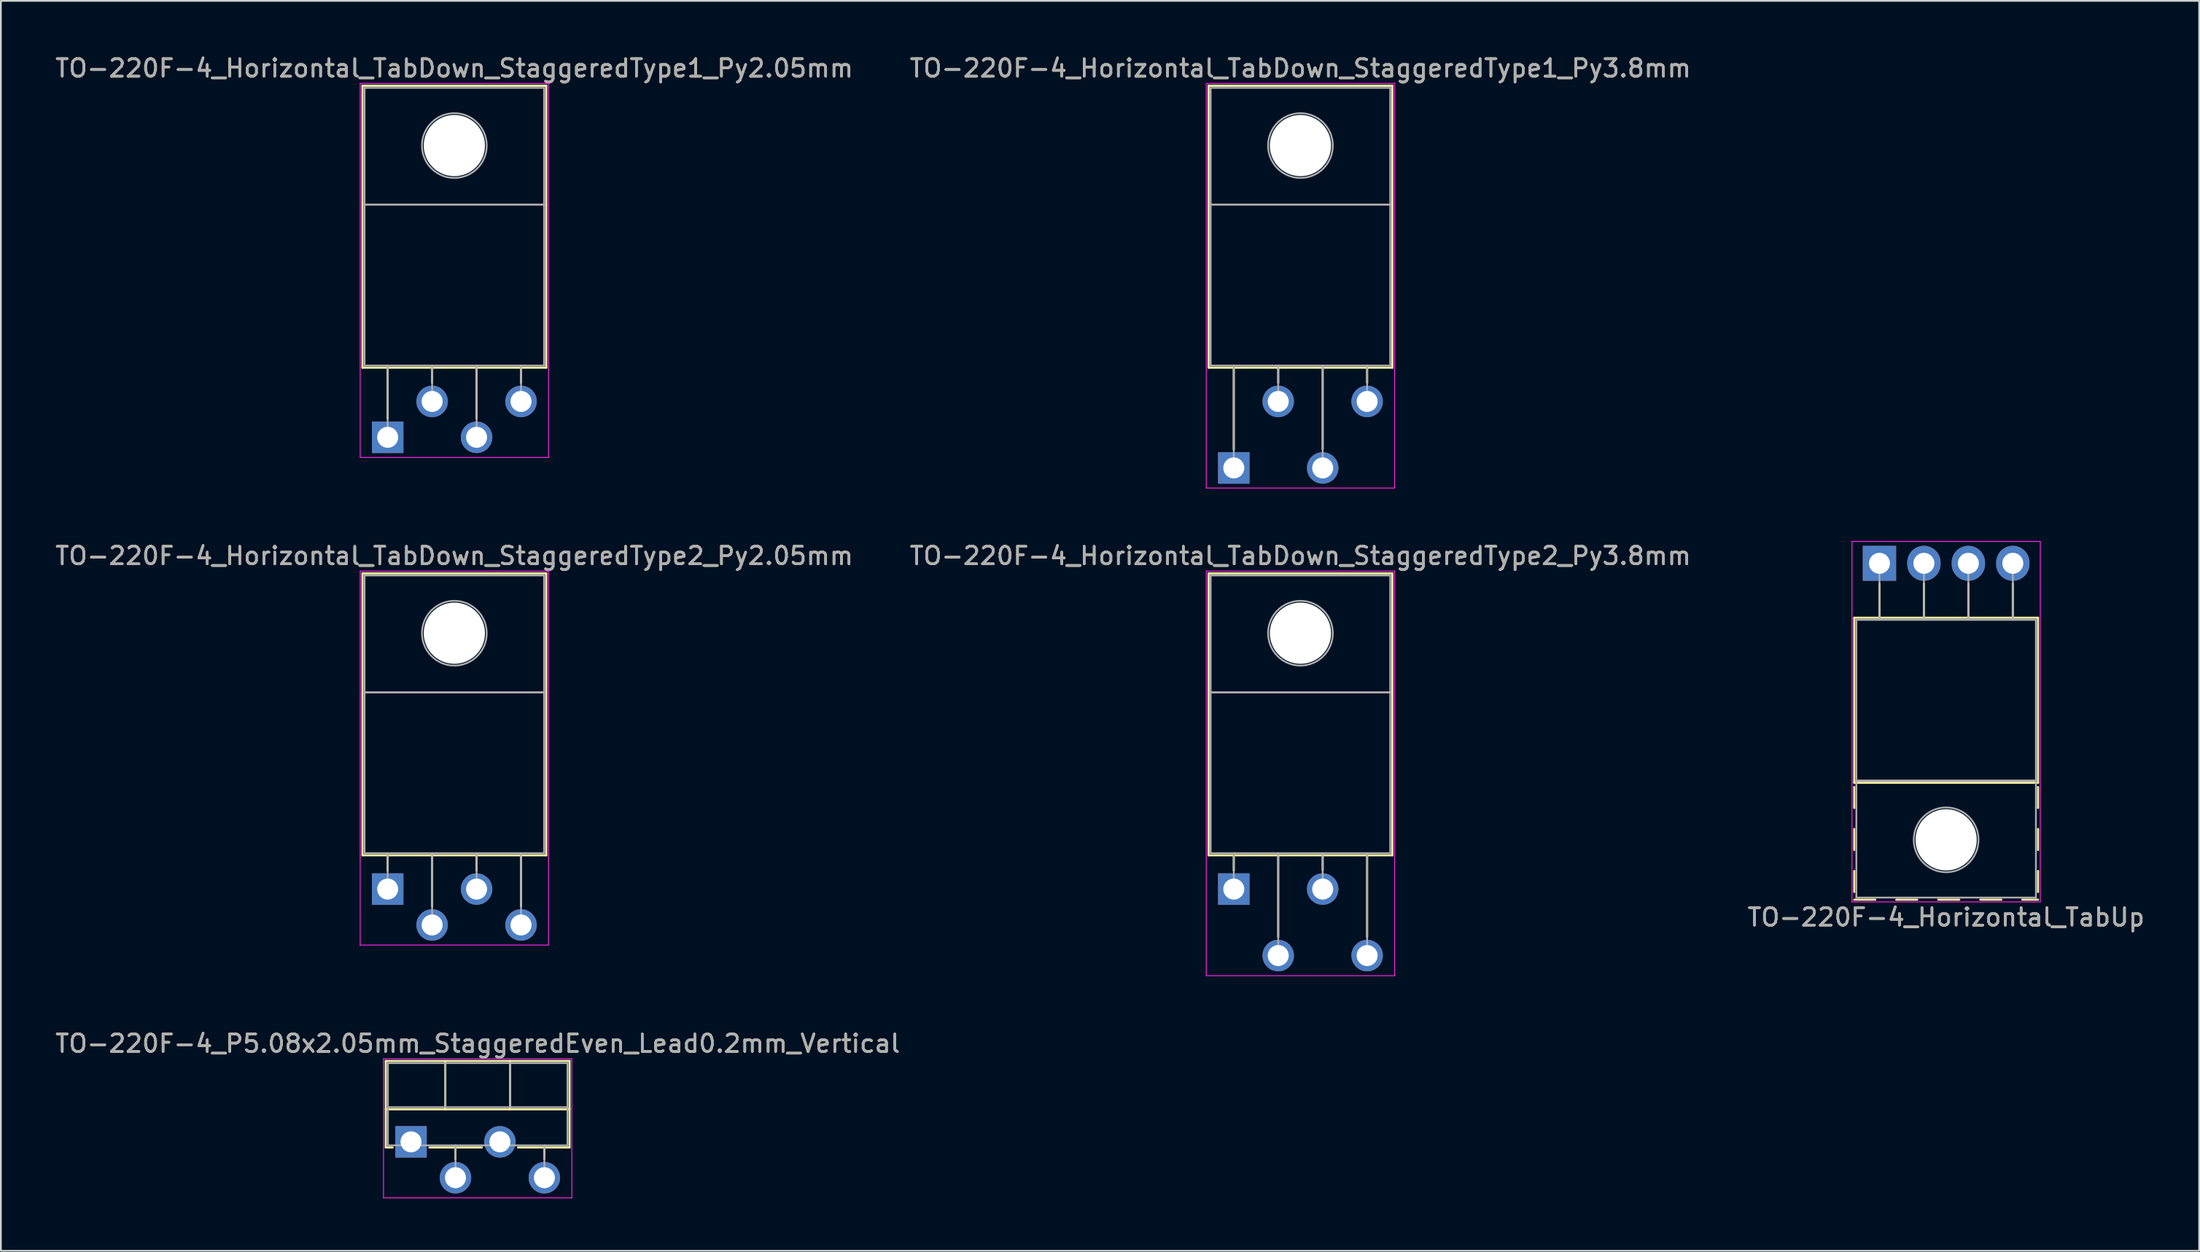
<source format=kicad_pcb>
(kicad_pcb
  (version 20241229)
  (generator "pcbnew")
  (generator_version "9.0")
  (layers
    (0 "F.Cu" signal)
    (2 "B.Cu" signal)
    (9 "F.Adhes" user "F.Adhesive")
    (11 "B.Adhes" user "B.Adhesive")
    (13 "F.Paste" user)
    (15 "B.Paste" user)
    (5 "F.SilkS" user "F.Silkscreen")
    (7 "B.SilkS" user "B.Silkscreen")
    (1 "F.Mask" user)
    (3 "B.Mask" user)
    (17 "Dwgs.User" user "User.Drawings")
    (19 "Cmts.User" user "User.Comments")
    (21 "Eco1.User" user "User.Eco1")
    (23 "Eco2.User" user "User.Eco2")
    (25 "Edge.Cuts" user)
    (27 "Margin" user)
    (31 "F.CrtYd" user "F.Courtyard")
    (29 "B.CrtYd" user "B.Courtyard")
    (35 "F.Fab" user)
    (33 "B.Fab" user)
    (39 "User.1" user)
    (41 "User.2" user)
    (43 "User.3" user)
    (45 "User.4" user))
  (footprint "TO-220F-4_Horizontal_TabDown_StaggeredType2_Py2.05mm"
    (layer "F.Cu")
    (at 19.101 47.752)
    (property "Reference" "TO-220F-4_Horizontal_TabDown_StaggeredType2_Py2.05mm" (at 3.81 -19.04 0) (layer "F.SilkS") (effects (font (size 1 1) (thickness 0.15))))
    (attr through_hole)
    (fp_line (start -1.44 -18.04) (end -1.44 -1.93) (stroke (width 0.12) (type solid)) (layer "F.SilkS"))
    (fp_line (start -1.44 -18.04) (end 9.06 -18.04) (stroke (width 0.12) (type solid)) (layer "F.SilkS"))
    (fp_line (start -1.44 -1.93) (end 9.06 -1.93) (stroke (width 0.12) (type solid)) (layer "F.SilkS"))
    (fp_line (start 0 -1.93) (end 0 -1.05) (stroke (width 0.12) (type solid)) (layer "F.SilkS"))
    (fp_line (start 2.54 -1.93) (end 2.54 0.985) (stroke (width 0.12) (type solid)) (layer "F.SilkS"))
    (fp_line (start 5.08 -1.93) (end 5.08 -1.066) (stroke (width 0.12) (type solid)) (layer "F.SilkS"))
    (fp_line (start 7.62 -1.93) (end 7.62 0.985) (stroke (width 0.12) (type solid)) (layer "F.SilkS"))
    (fp_line (start 9.06 -18.04) (end 9.06 -1.93) (stroke (width 0.12) (type solid)) (layer "F.SilkS"))
    (fp_line (start -1.57 -18.17) (end -1.57 3.2) (stroke (width 0.05) (type solid)) (layer "F.CrtYd"))
    (fp_line (start -1.57 3.2) (end 9.19 3.2) (stroke (width 0.05) (type solid)) (layer "F.CrtYd"))
    (fp_line (start 9.19 -18.17) (end -1.57 -18.17) (stroke (width 0.05) (type solid)) (layer "F.CrtYd"))
    (fp_line (start 9.19 3.2) (end 9.19 -18.17) (stroke (width 0.05) (type solid)) (layer "F.CrtYd"))
    (fp_line (start -1.32 -17.92) (end 8.94 -17.92) (stroke (width 0.1) (type solid)) (layer "F.Fab"))
    (fp_line (start -1.32 -11.24) (end -1.32 -17.92) (stroke (width 0.1) (type solid)) (layer "F.Fab"))
    (fp_line (start -1.32 -11.24) (end 8.94 -11.24) (stroke (width 0.1) (type solid)) (layer "F.Fab"))
    (fp_line (start -1.32 -2.05) (end -1.32 -11.24) (stroke (width 0.1) (type solid)) (layer "F.Fab"))
    (fp_line (start 0 -2.05) (end 0 0) (stroke (width 0.1) (type solid)) (layer "F.Fab"))
    (fp_line (start 2.54 -2.05) (end 2.54 2.05) (stroke (width 0.1) (type solid)) (layer "F.Fab"))
    (fp_line (start 5.08 -2.05) (end 5.08 0) (stroke (width 0.1) (type solid)) (layer "F.Fab"))
    (fp_line (start 7.62 -2.05) (end 7.62 2.05) (stroke (width 0.1) (type solid)) (layer "F.Fab"))
    (fp_line (start 8.94 -17.92) (end 8.94 -11.24) (stroke (width 0.1) (type solid)) (layer "F.Fab"))
    (fp_line (start 8.94 -11.24) (end -1.32 -11.24) (stroke (width 0.1) (type solid)) (layer "F.Fab"))
    (fp_line (start 8.94 -11.24) (end 8.94 -2.05) (stroke (width 0.1) (type solid)) (layer "F.Fab"))
    (fp_line (start 8.94 -2.05) (end -1.32 -2.05) (stroke (width 0.1) (type solid)) (layer "F.Fab"))
    (fp_circle (center 3.81 -14.62) (end 5.66 -14.62) (stroke (width 0.1) (type solid)) (fill no) (layer "F.Fab"))
    (fp_text user "${REFERENCE}" (at 3.81 -19.04 0) (layer "F.Fab") (effects (font (size 1 1) (thickness 0.15))))
    (pad "" np_thru_hole oval (at 3.81 -14.62) (size 3.5 3.5) (drill 3.5) (layers "*.Cu" "*.Mask"))
    (pad "1" thru_hole rect (at 0 0) (size 1.8 1.8) (drill 1.2) (layers "*.Cu" "*.Mask"))
    (pad "2" thru_hole oval (at 2.54 2.05) (size 1.8 1.8) (drill 1.2) (layers "*.Cu" "*.Mask"))
    (pad "3" thru_hole oval (at 5.08 0) (size 1.8 1.8) (drill 1.2) (layers "*.Cu" "*.Mask"))
    (pad "4" thru_hole oval (at 7.62 2.05) (size 1.8 1.8) (drill 1.2) (layers "*.Cu" "*.Mask")))
  (footprint "TO-220F-4_P5.08x2.05mm_StaggeredEven_Lead0.2mm_Vertical"
    (layer "F.Cu")
    (at 20.434 62.195)
    (property "Reference" "TO-220F-4_P5.08x2.05mm_StaggeredEven_Lead0.2mm_Vertical" (at 3.81 -5.62 0) (layer "F.SilkS") (effects (font (size 1 1) (thickness 0.15))))
    (attr through_hole)
    (fp_line (start -1.44 -4.62) (end -1.44 0.321) (stroke (width 0.12) (type solid)) (layer "F.SilkS"))
    (fp_line (start -1.44 -4.62) (end 9.06 -4.62) (stroke (width 0.12) (type solid)) (layer "F.SilkS"))
    (fp_line (start -1.44 -1.861) (end 9.06 -1.861) (stroke (width 0.12) (type solid)) (layer "F.SilkS"))
    (fp_line (start -1.44 0.321) (end -1.05 0.321) (stroke (width 0.12) (type solid)) (layer "F.SilkS"))
    (fp_line (start 1.05 0.321) (end 4.049 0.321) (stroke (width 0.12) (type solid)) (layer "F.SilkS"))
    (fp_line (start 1.96 -4.62) (end 1.96 -1.861) (stroke (width 0.12) (type solid)) (layer "F.SilkS"))
    (fp_line (start 2.54 0.321) (end 2.54 0.985) (stroke (width 0.12) (type solid)) (layer "F.SilkS"))
    (fp_line (start 5.66 -4.62) (end 5.66 -1.861) (stroke (width 0.12) (type solid)) (layer "F.SilkS"))
    (fp_line (start 6.112 0.321) (end 9.06 0.321) (stroke (width 0.12) (type solid)) (layer "F.SilkS"))
    (fp_line (start 7.62 0.321) (end 7.62 0.985) (stroke (width 0.12) (type solid)) (layer "F.SilkS"))
    (fp_line (start 9.06 -4.62) (end 9.06 0.321) (stroke (width 0.12) (type solid)) (layer "F.SilkS"))
    (fp_line (start -1.57 -4.75) (end -1.57 3.2) (stroke (width 0.05) (type solid)) (layer "F.CrtYd"))
    (fp_line (start -1.57 3.2) (end 9.19 3.2) (stroke (width 0.05) (type solid)) (layer "F.CrtYd"))
    (fp_line (start 9.19 -4.75) (end -1.57 -4.75) (stroke (width 0.05) (type solid)) (layer "F.CrtYd"))
    (fp_line (start 9.19 3.2) (end 9.19 -4.75) (stroke (width 0.05) (type solid)) (layer "F.CrtYd"))
    (fp_line (start -1.32 -4.5) (end -1.32 0.2) (stroke (width 0.1) (type solid)) (layer "F.Fab"))
    (fp_line (start -1.32 -1.98) (end 8.94 -1.98) (stroke (width 0.1) (type solid)) (layer "F.Fab"))
    (fp_line (start -1.32 0.2) (end 8.94 0.2) (stroke (width 0.1) (type solid)) (layer "F.Fab"))
    (fp_line (start 1.96 -4.5) (end 1.96 -1.98) (stroke (width 0.1) (type solid)) (layer "F.Fab"))
    (fp_line (start 2.54 0.2) (end 2.54 2.05) (stroke (width 0.1) (type solid)) (layer "F.Fab"))
    (fp_line (start 5.66 -4.5) (end 5.66 -1.98) (stroke (width 0.1) (type solid)) (layer "F.Fab"))
    (fp_line (start 7.62 0.2) (end 7.62 2.05) (stroke (width 0.1) (type solid)) (layer "F.Fab"))
    (fp_line (start 8.94 -4.5) (end -1.32 -4.5) (stroke (width 0.1) (type solid)) (layer "F.Fab"))
    (fp_line (start 8.94 0.2) (end 8.94 -4.5) (stroke (width 0.1) (type solid)) (layer "F.Fab"))
    (fp_text user "${REFERENCE}" (at 3.81 -5.62 0) (layer "F.Fab") (effects (font (size 1 1) (thickness 0.15))))
    (pad "1" thru_hole rect (at 0 0) (size 1.8 1.8) (drill 1.2) (layers "*.Cu" "*.Mask"))
    (pad "2" thru_hole oval (at 2.54 2.05) (size 1.8 1.8) (drill 1.2) (layers "*.Cu" "*.Mask"))
    (pad "3" thru_hole oval (at 5.08 0) (size 1.8 1.8) (drill 1.2) (layers "*.Cu" "*.Mask"))
    (pad "4" thru_hole oval (at 7.62 2.05) (size 1.8 1.8) (drill 1.2) (layers "*.Cu" "*.Mask")))
  (footprint "TO-220F-4_Horizontal_TabDown_StaggeredType1_Py3.8mm"
    (layer "F.Cu")
    (at 67.446 23.688)
    (property "Reference" "TO-220F-4_Horizontal_TabDown_StaggeredType1_Py3.8mm" (at 3.81 -22.84 0) (layer "F.SilkS") (effects (font (size 1 1) (thickness 0.15))))
    (attr through_hole)
    (fp_line (start -1.44 -21.84) (end -1.44 -5.73) (stroke (width 0.12) (type solid)) (layer "F.SilkS"))
    (fp_line (start -1.44 -21.84) (end 9.06 -21.84) (stroke (width 0.12) (type solid)) (layer "F.SilkS"))
    (fp_line (start -1.44 -5.73) (end 9.06 -5.73) (stroke (width 0.12) (type solid)) (layer "F.SilkS"))
    (fp_line (start 0 -5.73) (end 0 -1.05) (stroke (width 0.12) (type solid)) (layer "F.SilkS"))
    (fp_line (start 2.54 -5.73) (end 2.54 -4.866) (stroke (width 0.12) (type solid)) (layer "F.SilkS"))
    (fp_line (start 5.08 -5.73) (end 5.08 -1.065) (stroke (width 0.12) (type solid)) (layer "F.SilkS"))
    (fp_line (start 7.62 -5.73) (end 7.62 -4.866) (stroke (width 0.12) (type solid)) (layer "F.SilkS"))
    (fp_line (start 9.06 -21.84) (end 9.06 -5.73) (stroke (width 0.12) (type solid)) (layer "F.SilkS"))
    (fp_line (start -1.57 -21.97) (end -1.57 1.15) (stroke (width 0.05) (type solid)) (layer "F.CrtYd"))
    (fp_line (start -1.57 1.15) (end 9.19 1.15) (stroke (width 0.05) (type solid)) (layer "F.CrtYd"))
    (fp_line (start 9.19 -21.97) (end -1.57 -21.97) (stroke (width 0.05) (type solid)) (layer "F.CrtYd"))
    (fp_line (start 9.19 1.15) (end 9.19 -21.97) (stroke (width 0.05) (type solid)) (layer "F.CrtYd"))
    (fp_line (start -1.32 -21.72) (end 8.94 -21.72) (stroke (width 0.1) (type solid)) (layer "F.Fab"))
    (fp_line (start -1.32 -15.04) (end -1.32 -21.72) (stroke (width 0.1) (type solid)) (layer "F.Fab"))
    (fp_line (start -1.32 -15.04) (end 8.94 -15.04) (stroke (width 0.1) (type solid)) (layer "F.Fab"))
    (fp_line (start -1.32 -5.85) (end -1.32 -15.04) (stroke (width 0.1) (type solid)) (layer "F.Fab"))
    (fp_line (start 0 -5.85) (end 0 0) (stroke (width 0.1) (type solid)) (layer "F.Fab"))
    (fp_line (start 2.54 -5.85) (end 2.54 -3.8) (stroke (width 0.1) (type solid)) (layer "F.Fab"))
    (fp_line (start 5.08 -5.85) (end 5.08 0) (stroke (width 0.1) (type solid)) (layer "F.Fab"))
    (fp_line (start 7.62 -5.85) (end 7.62 -3.8) (stroke (width 0.1) (type solid)) (layer "F.Fab"))
    (fp_line (start 8.94 -21.72) (end 8.94 -15.04) (stroke (width 0.1) (type solid)) (layer "F.Fab"))
    (fp_line (start 8.94 -15.04) (end -1.32 -15.04) (stroke (width 0.1) (type solid)) (layer "F.Fab"))
    (fp_line (start 8.94 -15.04) (end 8.94 -5.85) (stroke (width 0.1) (type solid)) (layer "F.Fab"))
    (fp_line (start 8.94 -5.85) (end -1.32 -5.85) (stroke (width 0.1) (type solid)) (layer "F.Fab"))
    (fp_circle (center 3.81 -18.42) (end 5.66 -18.42) (stroke (width 0.1) (type solid)) (fill no) (layer "F.Fab"))
    (fp_text user "${REFERENCE}" (at 3.81 -22.84 0) (layer "F.Fab") (effects (font (size 1 1) (thickness 0.15))))
    (pad "" np_thru_hole oval (at 3.81 -18.42) (size 3.5 3.5) (drill 3.5) (layers "*.Cu" "*.Mask"))
    (pad "1" thru_hole rect (at 0 0) (size 1.8 1.8) (drill 1.2) (layers "*.Cu" "*.Mask"))
    (pad "2" thru_hole oval (at 2.54 -3.8) (size 1.8 1.8) (drill 1.2) (layers "*.Cu" "*.Mask"))
    (pad "3" thru_hole oval (at 5.08 0) (size 1.8 1.8) (drill 1.2) (layers "*.Cu" "*.Mask"))
    (pad "4" thru_hole oval (at 7.62 -3.8) (size 1.8 1.8) (drill 1.2) (layers "*.Cu" "*.Mask")))
  (footprint "TO-220F-4_Horizontal_TabDown_StaggeredType1_Py2.05mm"
    (layer "F.Cu")
    (at 19.101 21.938)
    (property "Reference" "TO-220F-4_Horizontal_TabDown_StaggeredType1_Py2.05mm" (at 3.81 -21.09 0) (layer "F.SilkS") (effects (font (size 1 1) (thickness 0.15))))
    (attr through_hole)
    (fp_line (start -1.44 -20.09) (end -1.44 -3.98) (stroke (width 0.12) (type solid)) (layer "F.SilkS"))
    (fp_line (start -1.44 -20.09) (end 9.06 -20.09) (stroke (width 0.12) (type solid)) (layer "F.SilkS"))
    (fp_line (start -1.44 -3.98) (end 9.06 -3.98) (stroke (width 0.12) (type solid)) (layer "F.SilkS"))
    (fp_line (start 0 -3.98) (end 0 -1.05) (stroke (width 0.12) (type solid)) (layer "F.SilkS"))
    (fp_line (start 2.54 -3.98) (end 2.54 -3.116) (stroke (width 0.12) (type solid)) (layer "F.SilkS"))
    (fp_line (start 5.08 -3.98) (end 5.08 -1.065) (stroke (width 0.12) (type solid)) (layer "F.SilkS"))
    (fp_line (start 7.62 -3.98) (end 7.62 -3.116) (stroke (width 0.12) (type solid)) (layer "F.SilkS"))
    (fp_line (start 9.06 -20.09) (end 9.06 -3.98) (stroke (width 0.12) (type solid)) (layer "F.SilkS"))
    (fp_line (start -1.57 -20.22) (end -1.57 1.15) (stroke (width 0.05) (type solid)) (layer "F.CrtYd"))
    (fp_line (start -1.57 1.15) (end 9.19 1.15) (stroke (width 0.05) (type solid)) (layer "F.CrtYd"))
    (fp_line (start 9.19 -20.22) (end -1.57 -20.22) (stroke (width 0.05) (type solid)) (layer "F.CrtYd"))
    (fp_line (start 9.19 1.15) (end 9.19 -20.22) (stroke (width 0.05) (type solid)) (layer "F.CrtYd"))
    (fp_line (start -1.32 -19.97) (end 8.94 -19.97) (stroke (width 0.1) (type solid)) (layer "F.Fab"))
    (fp_line (start -1.32 -13.29) (end -1.32 -19.97) (stroke (width 0.1) (type solid)) (layer "F.Fab"))
    (fp_line (start -1.32 -13.29) (end 8.94 -13.29) (stroke (width 0.1) (type solid)) (layer "F.Fab"))
    (fp_line (start -1.32 -4.1) (end -1.32 -13.29) (stroke (width 0.1) (type solid)) (layer "F.Fab"))
    (fp_line (start 0 -4.1) (end 0 0) (stroke (width 0.1) (type solid)) (layer "F.Fab"))
    (fp_line (start 2.54 -4.1) (end 2.54 -2.05) (stroke (width 0.1) (type solid)) (layer "F.Fab"))
    (fp_line (start 5.08 -4.1) (end 5.08 0) (stroke (width 0.1) (type solid)) (layer "F.Fab"))
    (fp_line (start 7.62 -4.1) (end 7.62 -2.05) (stroke (width 0.1) (type solid)) (layer "F.Fab"))
    (fp_line (start 8.94 -19.97) (end 8.94 -13.29) (stroke (width 0.1) (type solid)) (layer "F.Fab"))
    (fp_line (start 8.94 -13.29) (end -1.32 -13.29) (stroke (width 0.1) (type solid)) (layer "F.Fab"))
    (fp_line (start 8.94 -13.29) (end 8.94 -4.1) (stroke (width 0.1) (type solid)) (layer "F.Fab"))
    (fp_line (start 8.94 -4.1) (end -1.32 -4.1) (stroke (width 0.1) (type solid)) (layer "F.Fab"))
    (fp_circle (center 3.81 -16.67) (end 5.66 -16.67) (stroke (width 0.1) (type solid)) (fill no) (layer "F.Fab"))
    (fp_text user "${REFERENCE}" (at 3.81 -21.09 0) (layer "F.Fab") (effects (font (size 1 1) (thickness 0.15))))
    (pad "" np_thru_hole oval (at 3.81 -16.67) (size 3.5 3.5) (drill 3.5) (layers "*.Cu" "*.Mask"))
    (pad "1" thru_hole rect (at 0 0) (size 1.8 1.8) (drill 1.2) (layers "*.Cu" "*.Mask"))
    (pad "2" thru_hole oval (at 2.54 -2.05) (size 1.8 1.8) (drill 1.2) (layers "*.Cu" "*.Mask"))
    (pad "3" thru_hole oval (at 5.08 0) (size 1.8 1.8) (drill 1.2) (layers "*.Cu" "*.Mask"))
    (pad "4" thru_hole oval (at 7.62 -2.05) (size 1.8 1.8) (drill 1.2) (layers "*.Cu" "*.Mask")))
  (footprint "TO-220F-4_Horizontal_TabUp"
    (layer "F.Cu")
    (at 104.339 29.138)
    (property "Reference" "TO-220F-4_Horizontal_TabUp" (at 3.81 20.22 0) (layer "F.SilkS") (effects (font (size 1 1) (thickness 0.15))))
    (attr through_hole)
    (fp_line (start -1.44 3.11) (end -1.44 12.54) (stroke (width 0.12) (type solid)) (layer "F.SilkS"))
    (fp_line (start -1.44 3.11) (end 9.06 3.11) (stroke (width 0.12) (type solid)) (layer "F.SilkS"))
    (fp_line (start -1.44 12.54) (end 9.06 12.54) (stroke (width 0.12) (type solid)) (layer "F.SilkS"))
    (fp_line (start -1.44 12.78) (end -1.44 13.98) (stroke (width 0.12) (type solid)) (layer "F.SilkS"))
    (fp_line (start -1.44 15.18) (end -1.44 16.38) (stroke (width 0.12) (type solid)) (layer "F.SilkS"))
    (fp_line (start -1.44 17.58) (end -1.44 18.78) (stroke (width 0.12) (type solid)) (layer "F.SilkS"))
    (fp_line (start -1.44 19.22) (end -0.24 19.22) (stroke (width 0.12) (type solid)) (layer "F.SilkS"))
    (fp_line (start 0 1.15) (end 0 3.11) (stroke (width 0.12) (type solid)) (layer "F.SilkS"))
    (fp_line (start 0.96 19.22) (end 2.16 19.22) (stroke (width 0.12) (type solid)) (layer "F.SilkS"))
    (fp_line (start 2.54 1.15) (end 2.54 3.11) (stroke (width 0.12) (type solid)) (layer "F.SilkS"))
    (fp_line (start 3.361 19.22) (end 4.56 19.22) (stroke (width 0.12) (type solid)) (layer "F.SilkS"))
    (fp_line (start 5.08 1.15) (end 5.08 3.11) (stroke (width 0.12) (type solid)) (layer "F.SilkS"))
    (fp_line (start 5.761 19.22) (end 6.961 19.22) (stroke (width 0.12) (type solid)) (layer "F.SilkS"))
    (fp_line (start 7.62 1.15) (end 7.62 3.11) (stroke (width 0.12) (type solid)) (layer "F.SilkS"))
    (fp_line (start 8.16 19.22) (end 9.06 19.22) (stroke (width 0.12) (type solid)) (layer "F.SilkS"))
    (fp_line (start 9.06 3.11) (end 9.06 12.54) (stroke (width 0.12) (type solid)) (layer "F.SilkS"))
    (fp_line (start 9.06 12.78) (end 9.06 13.98) (stroke (width 0.12) (type solid)) (layer "F.SilkS"))
    (fp_line (start 9.06 15.18) (end 9.06 16.38) (stroke (width 0.12) (type solid)) (layer "F.SilkS"))
    (fp_line (start 9.06 17.58) (end 9.06 18.78) (stroke (width 0.12) (type solid)) (layer "F.SilkS"))
    (fp_line (start -1.57 -1.25) (end -1.57 19.35) (stroke (width 0.05) (type solid)) (layer "F.CrtYd"))
    (fp_line (start -1.57 19.35) (end 9.19 19.35) (stroke (width 0.05) (type solid)) (layer "F.CrtYd"))
    (fp_line (start 9.19 -1.25) (end -1.57 -1.25) (stroke (width 0.05) (type solid)) (layer "F.CrtYd"))
    (fp_line (start 9.19 19.35) (end 9.19 -1.25) (stroke (width 0.05) (type solid)) (layer "F.CrtYd"))
    (fp_line (start -1.32 3.23) (end -1.32 12.42) (stroke (width 0.1) (type solid)) (layer "F.Fab"))
    (fp_line (start -1.32 12.42) (end -1.32 19.1) (stroke (width 0.1) (type solid)) (layer "F.Fab"))
    (fp_line (start -1.32 12.42) (end 8.94 12.42) (stroke (width 0.1) (type solid)) (layer "F.Fab"))
    (fp_line (start -1.32 19.1) (end 8.94 19.1) (stroke (width 0.1) (type solid)) (layer "F.Fab"))
    (fp_line (start 0 3.23) (end 0 0) (stroke (width 0.1) (type solid)) (layer "F.Fab"))
    (fp_line (start 2.54 3.23) (end 2.54 0) (stroke (width 0.1) (type solid)) (layer "F.Fab"))
    (fp_line (start 5.08 3.23) (end 5.08 0) (stroke (width 0.1) (type solid)) (layer "F.Fab"))
    (fp_line (start 7.62 3.23) (end 7.62 0) (stroke (width 0.1) (type solid)) (layer "F.Fab"))
    (fp_line (start 8.94 3.23) (end -1.32 3.23) (stroke (width 0.1) (type solid)) (layer "F.Fab"))
    (fp_line (start 8.94 12.42) (end -1.32 12.42) (stroke (width 0.1) (type solid)) (layer "F.Fab"))
    (fp_line (start 8.94 12.42) (end 8.94 3.23) (stroke (width 0.1) (type solid)) (layer "F.Fab"))
    (fp_line (start 8.94 19.1) (end 8.94 12.42) (stroke (width 0.1) (type solid)) (layer "F.Fab"))
    (fp_circle (center 3.81 15.8) (end 5.66 15.8) (stroke (width 0.1) (type solid)) (fill no) (layer "F.Fab"))
    (fp_text user "${REFERENCE}" (at 3.81 20.22 0) (layer "F.Fab") (effects (font (size 1 1) (thickness 0.15))))
    (pad "" np_thru_hole oval (at 3.81 15.8) (size 3.5 3.5) (drill 3.5) (layers "*.Cu" "*.Mask"))
    (pad "1" thru_hole rect (at 0 0) (size 1.905 2) (drill 1.2) (layers "*.Cu" "*.Mask"))
    (pad "2" thru_hole oval (at 2.54 0) (size 1.905 2) (drill 1.2) (layers "*.Cu" "*.Mask"))
    (pad "3" thru_hole oval (at 5.08 0) (size 1.905 2) (drill 1.2) (layers "*.Cu" "*.Mask"))
    (pad "4" thru_hole oval (at 7.62 0) (size 1.905 2) (drill 1.2) (layers "*.Cu" "*.Mask")))
  (footprint "TO-220F-4_Horizontal_TabDown_StaggeredType2_Py3.8mm"
    (layer "F.Cu")
    (at 67.446 47.752)
    (property "Reference" "TO-220F-4_Horizontal_TabDown_StaggeredType2_Py3.8mm" (at 3.81 -19.04 0) (layer "F.SilkS") (effects (font (size 1 1) (thickness 0.15))))
    (attr through_hole)
    (fp_line (start -1.44 -18.04) (end -1.44 -1.93) (stroke (width 0.12) (type solid)) (layer "F.SilkS"))
    (fp_line (start -1.44 -18.04) (end 9.06 -18.04) (stroke (width 0.12) (type solid)) (layer "F.SilkS"))
    (fp_line (start -1.44 -1.93) (end 9.06 -1.93) (stroke (width 0.12) (type solid)) (layer "F.SilkS"))
    (fp_line (start 0 -1.93) (end 0 -1.05) (stroke (width 0.12) (type solid)) (layer "F.SilkS"))
    (fp_line (start 2.54 -1.93) (end 2.54 2.735) (stroke (width 0.12) (type solid)) (layer "F.SilkS"))
    (fp_line (start 5.08 -1.93) (end 5.08 -1.066) (stroke (width 0.12) (type solid)) (layer "F.SilkS"))
    (fp_line (start 7.62 -1.93) (end 7.62 2.735) (stroke (width 0.12) (type solid)) (layer "F.SilkS"))
    (fp_line (start 9.06 -18.04) (end 9.06 -1.93) (stroke (width 0.12) (type solid)) (layer "F.SilkS"))
    (fp_line (start -1.57 -18.17) (end -1.57 4.95) (stroke (width 0.05) (type solid)) (layer "F.CrtYd"))
    (fp_line (start -1.57 4.95) (end 9.19 4.95) (stroke (width 0.05) (type solid)) (layer "F.CrtYd"))
    (fp_line (start 9.19 -18.17) (end -1.57 -18.17) (stroke (width 0.05) (type solid)) (layer "F.CrtYd"))
    (fp_line (start 9.19 4.95) (end 9.19 -18.17) (stroke (width 0.05) (type solid)) (layer "F.CrtYd"))
    (fp_line (start -1.32 -17.92) (end 8.94 -17.92) (stroke (width 0.1) (type solid)) (layer "F.Fab"))
    (fp_line (start -1.32 -11.24) (end -1.32 -17.92) (stroke (width 0.1) (type solid)) (layer "F.Fab"))
    (fp_line (start -1.32 -11.24) (end 8.94 -11.24) (stroke (width 0.1) (type solid)) (layer "F.Fab"))
    (fp_line (start -1.32 -2.05) (end -1.32 -11.24) (stroke (width 0.1) (type solid)) (layer "F.Fab"))
    (fp_line (start 0 -2.05) (end 0 0) (stroke (width 0.1) (type solid)) (layer "F.Fab"))
    (fp_line (start 2.54 -2.05) (end 2.54 3.8) (stroke (width 0.1) (type solid)) (layer "F.Fab"))
    (fp_line (start 5.08 -2.05) (end 5.08 0) (stroke (width 0.1) (type solid)) (layer "F.Fab"))
    (fp_line (start 7.62 -2.05) (end 7.62 3.8) (stroke (width 0.1) (type solid)) (layer "F.Fab"))
    (fp_line (start 8.94 -17.92) (end 8.94 -11.24) (stroke (width 0.1) (type solid)) (layer "F.Fab"))
    (fp_line (start 8.94 -11.24) (end -1.32 -11.24) (stroke (width 0.1) (type solid)) (layer "F.Fab"))
    (fp_line (start 8.94 -11.24) (end 8.94 -2.05) (stroke (width 0.1) (type solid)) (layer "F.Fab"))
    (fp_line (start 8.94 -2.05) (end -1.32 -2.05) (stroke (width 0.1) (type solid)) (layer "F.Fab"))
    (fp_circle (center 3.81 -14.62) (end 5.66 -14.62) (stroke (width 0.1) (type solid)) (fill no) (layer "F.Fab"))
    (fp_text user "${REFERENCE}" (at 3.81 -19.04 0) (layer "F.Fab") (effects (font (size 1 1) (thickness 0.15))))
    (pad "" np_thru_hole oval (at 3.81 -14.62) (size 3.5 3.5) (drill 3.5) (layers "*.Cu" "*.Mask"))
    (pad "1" thru_hole rect (at 0 0) (size 1.8 1.8) (drill 1.2) (layers "*.Cu" "*.Mask"))
    (pad "2" thru_hole oval (at 2.54 3.8) (size 1.8 1.8) (drill 1.2) (layers "*.Cu" "*.Mask"))
    (pad "3" thru_hole oval (at 5.08 0) (size 1.8 1.8) (drill 1.2) (layers "*.Cu" "*.Mask"))
    (pad "4" thru_hole oval (at 7.62 3.8) (size 1.8 1.8) (drill 1.2) (layers "*.Cu" "*.Mask")))
  (gr_rect
    (start -3 -3)
    (end 122.607 68.42)
    (stroke (width 0.1) (type default))
    (fill no)
    (layer "Edge.Cuts")))
</source>
